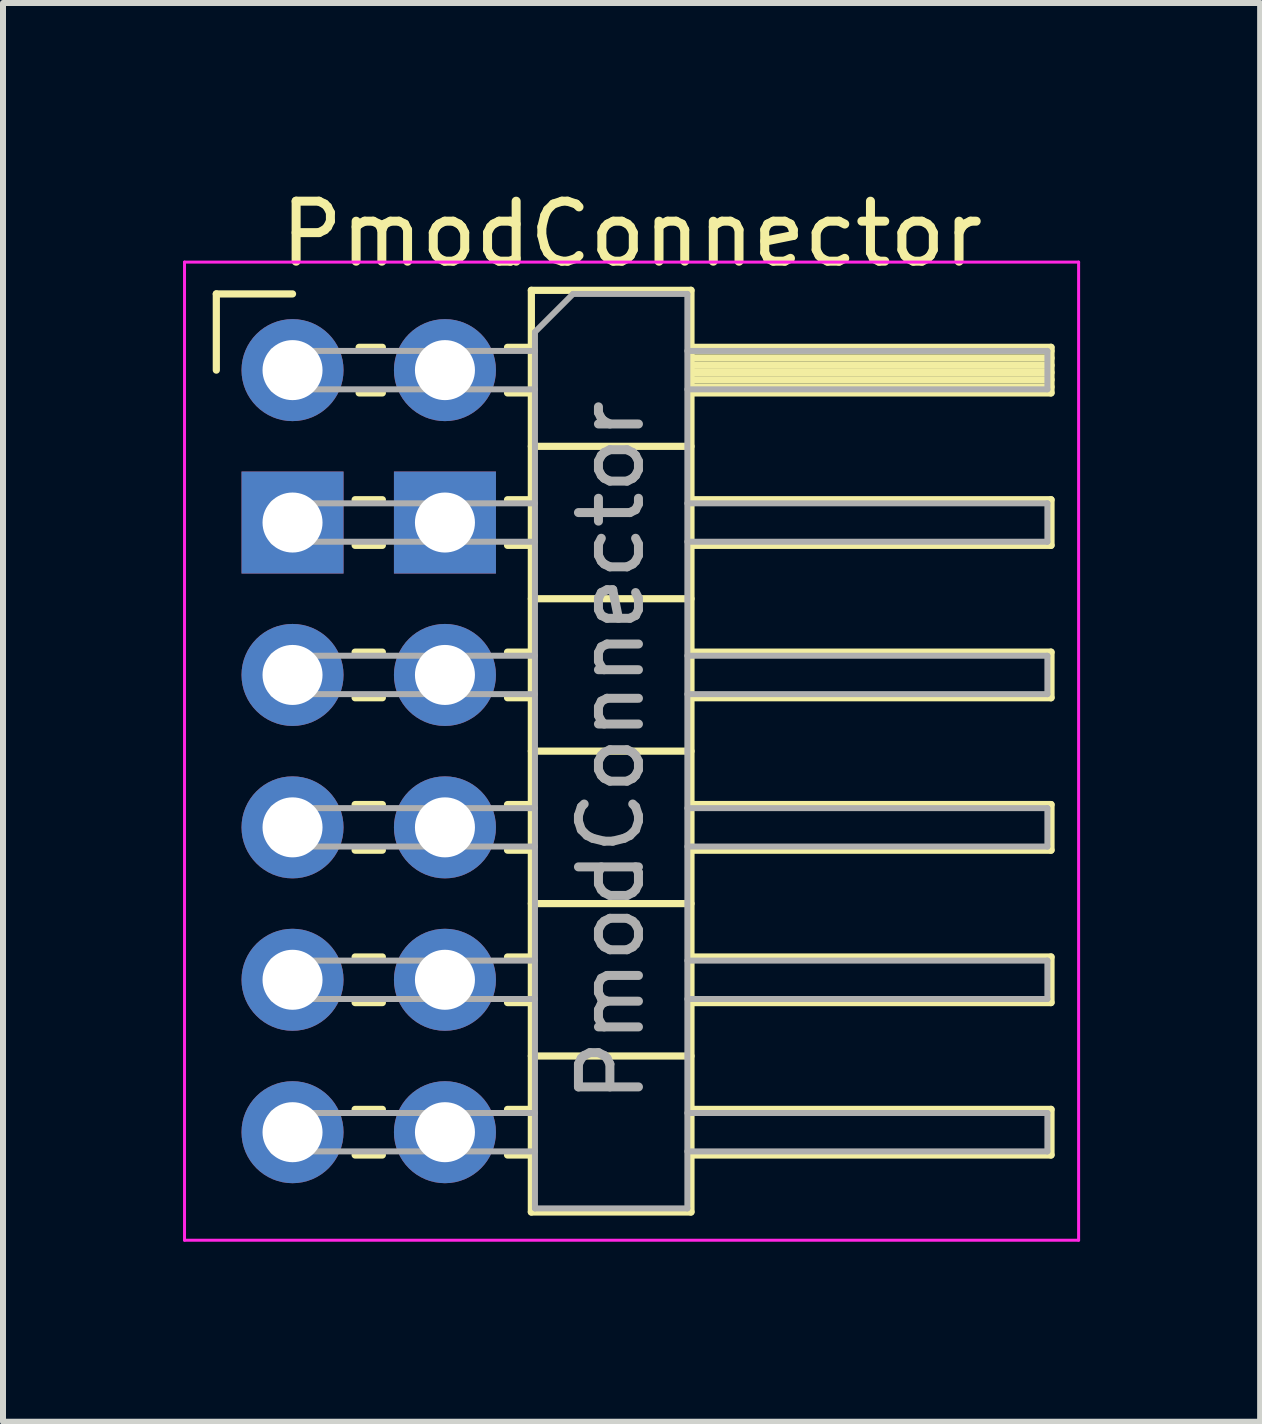
<source format=kicad_pcb>
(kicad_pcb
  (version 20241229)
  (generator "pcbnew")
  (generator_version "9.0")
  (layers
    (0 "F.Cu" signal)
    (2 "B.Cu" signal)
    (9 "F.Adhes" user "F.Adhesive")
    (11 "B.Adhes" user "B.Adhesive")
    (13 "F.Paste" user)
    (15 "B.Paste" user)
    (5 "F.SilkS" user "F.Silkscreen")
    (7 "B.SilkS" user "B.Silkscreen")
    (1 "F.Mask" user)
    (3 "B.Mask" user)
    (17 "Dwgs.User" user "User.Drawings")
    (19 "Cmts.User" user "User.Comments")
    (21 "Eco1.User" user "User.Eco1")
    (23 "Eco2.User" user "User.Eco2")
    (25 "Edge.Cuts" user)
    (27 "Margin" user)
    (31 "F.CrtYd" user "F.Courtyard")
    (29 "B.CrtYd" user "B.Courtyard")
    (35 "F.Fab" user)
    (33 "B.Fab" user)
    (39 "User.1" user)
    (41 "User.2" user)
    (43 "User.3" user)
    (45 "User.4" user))
  (footprint "PmodConnector"
    (layer "F.Cu")
    (at 1.825 3.118)
    (property "Reference" "PmodConnector" (at 5.655 -2.27 0) (layer "F.SilkS") (effects (font (size 1 1) (thickness 0.15))))
    (attr through_hole)
    (fp_line (start -1.27 -1.27) (end 0 -1.27) (stroke (width 0.12) (type solid)) (layer "F.SilkS"))
    (fp_line (start -1.27 0) (end -1.27 -1.27) (stroke (width 0.12) (type solid)) (layer "F.SilkS"))
    (fp_line (start 1.043 2.16) (end 1.497 2.16) (stroke (width 0.12) (type solid)) (layer "F.SilkS"))
    (fp_line (start 1.043 2.92) (end 1.497 2.92) (stroke (width 0.12) (type solid)) (layer "F.SilkS"))
    (fp_line (start 1.043 4.7) (end 1.497 4.7) (stroke (width 0.12) (type solid)) (layer "F.SilkS"))
    (fp_line (start 1.043 5.46) (end 1.497 5.46) (stroke (width 0.12) (type solid)) (layer "F.SilkS"))
    (fp_line (start 1.043 7.24) (end 1.497 7.24) (stroke (width 0.12) (type solid)) (layer "F.SilkS"))
    (fp_line (start 1.043 8) (end 1.497 8) (stroke (width 0.12) (type solid)) (layer "F.SilkS"))
    (fp_line (start 1.043 9.78) (end 1.497 9.78) (stroke (width 0.12) (type solid)) (layer "F.SilkS"))
    (fp_line (start 1.043 10.54) (end 1.497 10.54) (stroke (width 0.12) (type solid)) (layer "F.SilkS"))
    (fp_line (start 1.043 12.32) (end 1.497 12.32) (stroke (width 0.12) (type solid)) (layer "F.SilkS"))
    (fp_line (start 1.043 13.08) (end 1.497 13.08) (stroke (width 0.12) (type solid)) (layer "F.SilkS"))
    (fp_line (start 1.11 -0.38) (end 1.497 -0.38) (stroke (width 0.12) (type solid)) (layer "F.SilkS"))
    (fp_line (start 1.11 0.38) (end 1.497 0.38) (stroke (width 0.12) (type solid)) (layer "F.SilkS"))
    (fp_line (start 3.583 -0.38) (end 3.98 -0.38) (stroke (width 0.12) (type solid)) (layer "F.SilkS"))
    (fp_line (start 3.583 0.38) (end 3.98 0.38) (stroke (width 0.12) (type solid)) (layer "F.SilkS"))
    (fp_line (start 3.583 2.16) (end 3.98 2.16) (stroke (width 0.12) (type solid)) (layer "F.SilkS"))
    (fp_line (start 3.583 2.92) (end 3.98 2.92) (stroke (width 0.12) (type solid)) (layer "F.SilkS"))
    (fp_line (start 3.583 4.7) (end 3.98 4.7) (stroke (width 0.12) (type solid)) (layer "F.SilkS"))
    (fp_line (start 3.583 5.46) (end 3.98 5.46) (stroke (width 0.12) (type solid)) (layer "F.SilkS"))
    (fp_line (start 3.583 7.24) (end 3.98 7.24) (stroke (width 0.12) (type solid)) (layer "F.SilkS"))
    (fp_line (start 3.583 8) (end 3.98 8) (stroke (width 0.12) (type solid)) (layer "F.SilkS"))
    (fp_line (start 3.583 9.78) (end 3.98 9.78) (stroke (width 0.12) (type solid)) (layer "F.SilkS"))
    (fp_line (start 3.583 10.54) (end 3.98 10.54) (stroke (width 0.12) (type solid)) (layer "F.SilkS"))
    (fp_line (start 3.583 12.32) (end 3.98 12.32) (stroke (width 0.12) (type solid)) (layer "F.SilkS"))
    (fp_line (start 3.583 13.08) (end 3.98 13.08) (stroke (width 0.12) (type solid)) (layer "F.SilkS"))
    (fp_line (start 3.98 -1.33) (end 3.98 14.03) (stroke (width 0.12) (type solid)) (layer "F.SilkS"))
    (fp_line (start 3.98 1.27) (end 6.64 1.27) (stroke (width 0.12) (type solid)) (layer "F.SilkS"))
    (fp_line (start 3.98 3.81) (end 6.64 3.81) (stroke (width 0.12) (type solid)) (layer "F.SilkS"))
    (fp_line (start 3.98 6.35) (end 6.64 6.35) (stroke (width 0.12) (type solid)) (layer "F.SilkS"))
    (fp_line (start 3.98 8.89) (end 6.64 8.89) (stroke (width 0.12) (type solid)) (layer "F.SilkS"))
    (fp_line (start 3.98 11.43) (end 6.64 11.43) (stroke (width 0.12) (type solid)) (layer "F.SilkS"))
    (fp_line (start 3.98 14.03) (end 6.64 14.03) (stroke (width 0.12) (type solid)) (layer "F.SilkS"))
    (fp_line (start 6.64 -1.33) (end 3.98 -1.33) (stroke (width 0.12) (type solid)) (layer "F.SilkS"))
    (fp_line (start 6.64 -0.38) (end 12.64 -0.38) (stroke (width 0.12) (type solid)) (layer "F.SilkS"))
    (fp_line (start 6.64 -0.32) (end 12.64 -0.32) (stroke (width 0.12) (type solid)) (layer "F.SilkS"))
    (fp_line (start 6.64 -0.2) (end 12.64 -0.2) (stroke (width 0.12) (type solid)) (layer "F.SilkS"))
    (fp_line (start 6.64 -0.08) (end 12.64 -0.08) (stroke (width 0.12) (type solid)) (layer "F.SilkS"))
    (fp_line (start 6.64 0.04) (end 12.64 0.04) (stroke (width 0.12) (type solid)) (layer "F.SilkS"))
    (fp_line (start 6.64 0.16) (end 12.64 0.16) (stroke (width 0.12) (type solid)) (layer "F.SilkS"))
    (fp_line (start 6.64 0.28) (end 12.64 0.28) (stroke (width 0.12) (type solid)) (layer "F.SilkS"))
    (fp_line (start 6.64 2.16) (end 12.64 2.16) (stroke (width 0.12) (type solid)) (layer "F.SilkS"))
    (fp_line (start 6.64 4.7) (end 12.64 4.7) (stroke (width 0.12) (type solid)) (layer "F.SilkS"))
    (fp_line (start 6.64 7.24) (end 12.64 7.24) (stroke (width 0.12) (type solid)) (layer "F.SilkS"))
    (fp_line (start 6.64 9.78) (end 12.64 9.78) (stroke (width 0.12) (type solid)) (layer "F.SilkS"))
    (fp_line (start 6.64 12.32) (end 12.64 12.32) (stroke (width 0.12) (type solid)) (layer "F.SilkS"))
    (fp_line (start 6.64 14.03) (end 6.64 -1.33) (stroke (width 0.12) (type solid)) (layer "F.SilkS"))
    (fp_line (start 12.64 -0.38) (end 12.64 0.38) (stroke (width 0.12) (type solid)) (layer "F.SilkS"))
    (fp_line (start 12.64 0.38) (end 6.64 0.38) (stroke (width 0.12) (type solid)) (layer "F.SilkS"))
    (fp_line (start 12.64 2.16) (end 12.64 2.92) (stroke (width 0.12) (type solid)) (layer "F.SilkS"))
    (fp_line (start 12.64 2.92) (end 6.64 2.92) (stroke (width 0.12) (type solid)) (layer "F.SilkS"))
    (fp_line (start 12.64 4.7) (end 12.64 5.46) (stroke (width 0.12) (type solid)) (layer "F.SilkS"))
    (fp_line (start 12.64 5.46) (end 6.64 5.46) (stroke (width 0.12) (type solid)) (layer "F.SilkS"))
    (fp_line (start 12.64 7.24) (end 12.64 8) (stroke (width 0.12) (type solid)) (layer "F.SilkS"))
    (fp_line (start 12.64 8) (end 6.64 8) (stroke (width 0.12) (type solid)) (layer "F.SilkS"))
    (fp_line (start 12.64 9.78) (end 12.64 10.54) (stroke (width 0.12) (type solid)) (layer "F.SilkS"))
    (fp_line (start 12.64 10.54) (end 6.64 10.54) (stroke (width 0.12) (type solid)) (layer "F.SilkS"))
    (fp_line (start 12.64 12.32) (end 12.64 13.08) (stroke (width 0.12) (type solid)) (layer "F.SilkS"))
    (fp_line (start 12.64 13.08) (end 6.64 13.08) (stroke (width 0.12) (type solid)) (layer "F.SilkS"))
    (fp_line (start -1.8 -1.8) (end -1.8 14.5) (stroke (width 0.05) (type solid)) (layer "F.CrtYd"))
    (fp_line (start -1.8 14.5) (end 13.1 14.5) (stroke (width 0.05) (type solid)) (layer "F.CrtYd"))
    (fp_line (start 13.1 -1.8) (end -1.8 -1.8) (stroke (width 0.05) (type solid)) (layer "F.CrtYd"))
    (fp_line (start 13.1 14.5) (end 13.1 -1.8) (stroke (width 0.05) (type solid)) (layer "F.CrtYd"))
    (fp_line (start -0.32 -0.32) (end -0.32 0.32) (stroke (width 0.1) (type solid)) (layer "F.Fab"))
    (fp_line (start -0.32 -0.32) (end 4.04 -0.32) (stroke (width 0.1) (type solid)) (layer "F.Fab"))
    (fp_line (start -0.32 0.32) (end 4.04 0.32) (stroke (width 0.1) (type solid)) (layer "F.Fab"))
    (fp_line (start -0.32 2.22) (end -0.32 2.86) (stroke (width 0.1) (type solid)) (layer "F.Fab"))
    (fp_line (start -0.32 2.22) (end 4.04 2.22) (stroke (width 0.1) (type solid)) (layer "F.Fab"))
    (fp_line (start -0.32 2.86) (end 4.04 2.86) (stroke (width 0.1) (type solid)) (layer "F.Fab"))
    (fp_line (start -0.32 4.76) (end -0.32 5.4) (stroke (width 0.1) (type solid)) (layer "F.Fab"))
    (fp_line (start -0.32 4.76) (end 4.04 4.76) (stroke (width 0.1) (type solid)) (layer "F.Fab"))
    (fp_line (start -0.32 5.4) (end 4.04 5.4) (stroke (width 0.1) (type solid)) (layer "F.Fab"))
    (fp_line (start -0.32 7.3) (end -0.32 7.94) (stroke (width 0.1) (type solid)) (layer "F.Fab"))
    (fp_line (start -0.32 7.3) (end 4.04 7.3) (stroke (width 0.1) (type solid)) (layer "F.Fab"))
    (fp_line (start -0.32 7.94) (end 4.04 7.94) (stroke (width 0.1) (type solid)) (layer "F.Fab"))
    (fp_line (start -0.32 9.84) (end -0.32 10.48) (stroke (width 0.1) (type solid)) (layer "F.Fab"))
    (fp_line (start -0.32 9.84) (end 4.04 9.84) (stroke (width 0.1) (type solid)) (layer "F.Fab"))
    (fp_line (start -0.32 10.48) (end 4.04 10.48) (stroke (width 0.1) (type solid)) (layer "F.Fab"))
    (fp_line (start -0.32 12.38) (end -0.32 13.02) (stroke (width 0.1) (type solid)) (layer "F.Fab"))
    (fp_line (start -0.32 12.38) (end 4.04 12.38) (stroke (width 0.1) (type solid)) (layer "F.Fab"))
    (fp_line (start -0.32 13.02) (end 4.04 13.02) (stroke (width 0.1) (type solid)) (layer "F.Fab"))
    (fp_line (start 4.04 -0.635) (end 4.675 -1.27) (stroke (width 0.1) (type solid)) (layer "F.Fab"))
    (fp_line (start 4.04 13.97) (end 4.04 -0.635) (stroke (width 0.1) (type solid)) (layer "F.Fab"))
    (fp_line (start 4.675 -1.27) (end 6.58 -1.27) (stroke (width 0.1) (type solid)) (layer "F.Fab"))
    (fp_line (start 6.58 -1.27) (end 6.58 13.97) (stroke (width 0.1) (type solid)) (layer "F.Fab"))
    (fp_line (start 6.58 -0.32) (end 12.58 -0.32) (stroke (width 0.1) (type solid)) (layer "F.Fab"))
    (fp_line (start 6.58 0.32) (end 12.58 0.32) (stroke (width 0.1) (type solid)) (layer "F.Fab"))
    (fp_line (start 6.58 2.22) (end 12.58 2.22) (stroke (width 0.1) (type solid)) (layer "F.Fab"))
    (fp_line (start 6.58 2.86) (end 12.58 2.86) (stroke (width 0.1) (type solid)) (layer "F.Fab"))
    (fp_line (start 6.58 4.76) (end 12.58 4.76) (stroke (width 0.1) (type solid)) (layer "F.Fab"))
    (fp_line (start 6.58 5.4) (end 12.58 5.4) (stroke (width 0.1) (type solid)) (layer "F.Fab"))
    (fp_line (start 6.58 7.3) (end 12.58 7.3) (stroke (width 0.1) (type solid)) (layer "F.Fab"))
    (fp_line (start 6.58 7.94) (end 12.58 7.94) (stroke (width 0.1) (type solid)) (layer "F.Fab"))
    (fp_line (start 6.58 9.84) (end 12.58 9.84) (stroke (width 0.1) (type solid)) (layer "F.Fab"))
    (fp_line (start 6.58 10.48) (end 12.58 10.48) (stroke (width 0.1) (type solid)) (layer "F.Fab"))
    (fp_line (start 6.58 12.38) (end 12.58 12.38) (stroke (width 0.1) (type solid)) (layer "F.Fab"))
    (fp_line (start 6.58 13.02) (end 12.58 13.02) (stroke (width 0.1) (type solid)) (layer "F.Fab"))
    (fp_line (start 6.58 13.97) (end 4.04 13.97) (stroke (width 0.1) (type solid)) (layer "F.Fab"))
    (fp_line (start 12.58 -0.32) (end 12.58 0.32) (stroke (width 0.1) (type solid)) (layer "F.Fab"))
    (fp_line (start 12.58 2.22) (end 12.58 2.86) (stroke (width 0.1) (type solid)) (layer "F.Fab"))
    (fp_line (start 12.58 4.76) (end 12.58 5.4) (stroke (width 0.1) (type solid)) (layer "F.Fab"))
    (fp_line (start 12.58 7.3) (end 12.58 7.94) (stroke (width 0.1) (type solid)) (layer "F.Fab"))
    (fp_line (start 12.58 9.84) (end 12.58 10.48) (stroke (width 0.1) (type solid)) (layer "F.Fab"))
    (fp_line (start 12.58 12.38) (end 12.58 13.02) (stroke (width 0.1) (type solid)) (layer "F.Fab"))
    (fp_text user "${REFERENCE}" (at 5.31 6.35 90) (layer "F.Fab") (effects (font (size 1 1) (thickness 0.15))))
    (pad "1" thru_hole oval (at 0 12.7) (size 1.7 1.7) (drill 1) (layers "*.Cu" "*.Mask"))
    (pad "2" thru_hole oval (at 0 10.16) (size 1.7 1.7) (drill 1) (layers "*.Cu" "*.Mask"))
    (pad "3" thru_hole oval (at 0 7.62) (size 1.7 1.7) (drill 1) (layers "*.Cu" "*.Mask"))
    (pad "4" thru_hole oval (at 0 5.08) (size 1.7 1.7) (drill 1) (layers "*.Cu" "*.Mask"))
    (pad "5" thru_hole rect (at 0 2.54) (size 1.7 1.7) (drill 1) (layers "*.Cu" "*.Mask"))
    (pad "6" thru_hole circle (at 0 0) (size 1.7 1.7) (drill 1) (layers "*.Cu" "*.Mask"))
    (pad "7" thru_hole oval (at 2.54 12.7) (size 1.7 1.7) (drill 1) (layers "*.Cu" "*.Mask"))
    (pad "8" thru_hole oval (at 2.54 10.16) (size 1.7 1.7) (drill 1) (layers "*.Cu" "*.Mask"))
    (pad "9" thru_hole oval (at 2.54 7.62) (size 1.7 1.7) (drill 1) (layers "*.Cu" "*.Mask"))
    (pad "10" thru_hole oval (at 2.54 5.08) (size 1.7 1.7) (drill 1) (layers "*.Cu" "*.Mask"))
    (pad "11" thru_hole rect (at 2.54 2.54) (size 1.7 1.7) (drill 1) (layers "*.Cu" "*.Mask"))
    (pad "12" thru_hole oval (at 2.54 0) (size 1.7 1.7) (drill 1) (layers "*.Cu" "*.Mask")))
  (gr_rect
    (start -3 -3)
    (end 17.95 20.643)
    (stroke (width 0.1) (type default))
    (fill no)
    (layer "Edge.Cuts")))
</source>
